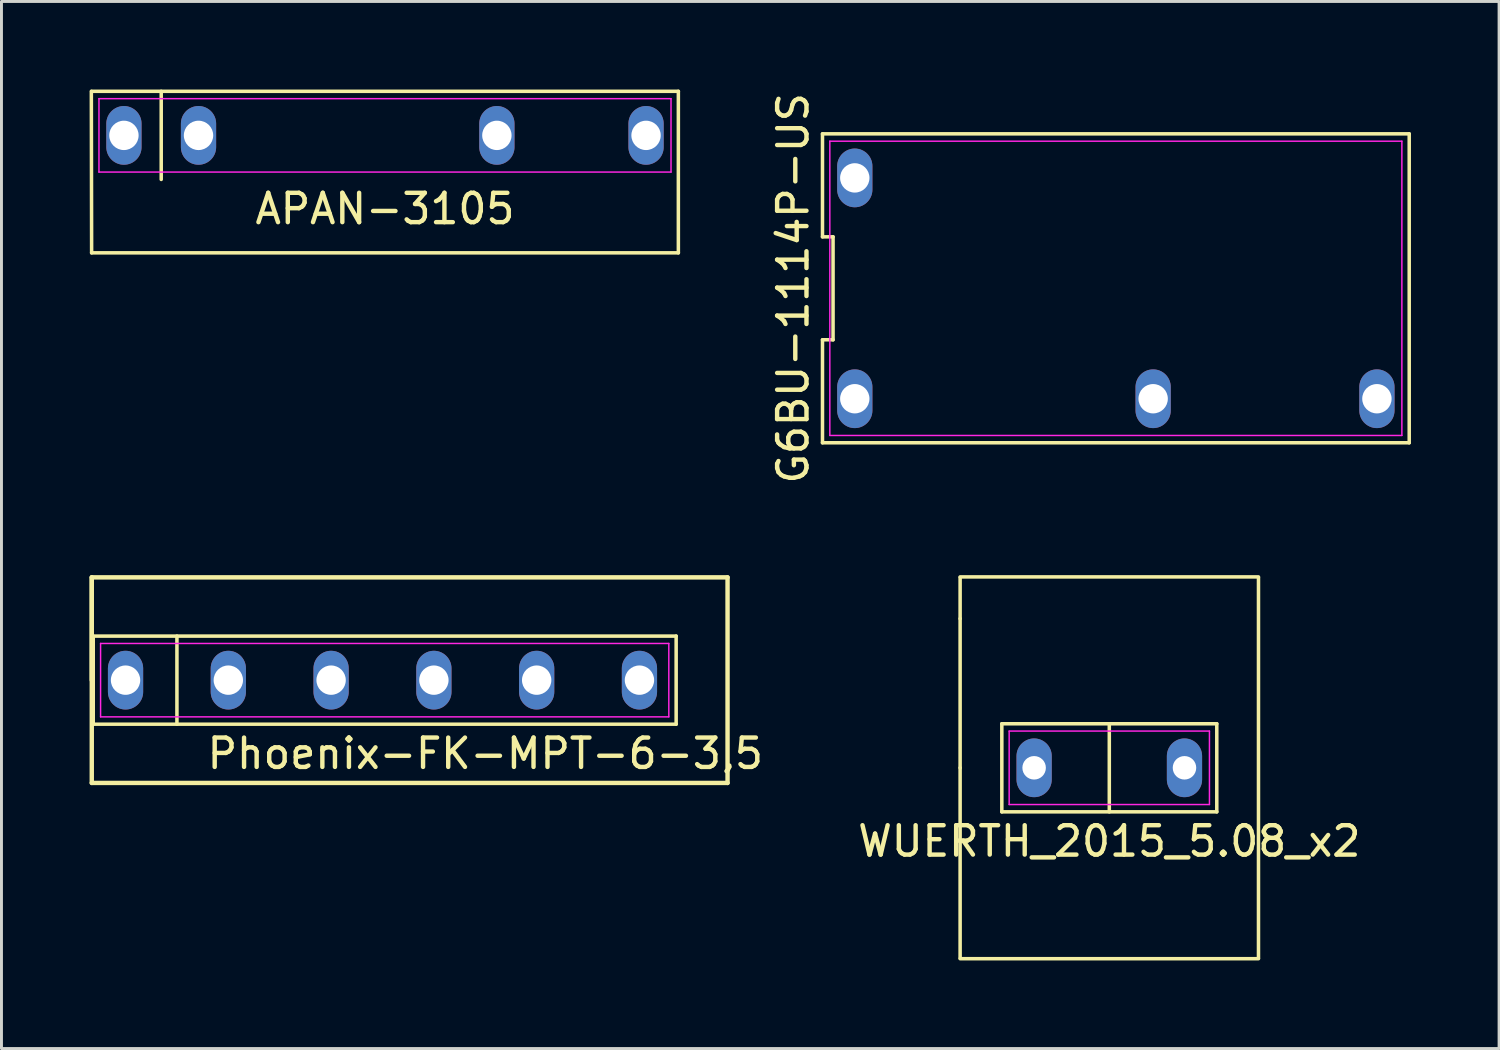
<source format=kicad_pcb>
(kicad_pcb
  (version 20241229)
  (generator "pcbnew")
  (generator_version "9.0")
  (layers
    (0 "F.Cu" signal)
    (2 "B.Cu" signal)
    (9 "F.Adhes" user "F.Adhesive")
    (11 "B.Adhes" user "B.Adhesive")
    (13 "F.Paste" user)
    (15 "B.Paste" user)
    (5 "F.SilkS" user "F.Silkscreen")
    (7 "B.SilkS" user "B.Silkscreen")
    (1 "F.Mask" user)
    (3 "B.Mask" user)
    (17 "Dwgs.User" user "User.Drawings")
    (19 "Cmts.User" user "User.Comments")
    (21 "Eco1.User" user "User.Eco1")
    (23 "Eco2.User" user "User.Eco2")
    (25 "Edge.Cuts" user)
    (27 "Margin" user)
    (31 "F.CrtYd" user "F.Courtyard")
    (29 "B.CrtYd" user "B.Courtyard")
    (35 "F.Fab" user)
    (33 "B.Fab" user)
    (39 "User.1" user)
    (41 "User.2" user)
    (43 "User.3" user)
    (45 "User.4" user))
  (footprint "WUERTH_2015_5.08_x2"
    (layer "F.Cu")
    (at 34.725 23.096)
    (property "Reference" "WUERTH_2015_5.08_x2" (at 0 2.5 0) (layer "F.SilkS") (effects (font (size 1 1) (thickness 0.15))))
    (attr through_hole)
    (fp_line (start -5.08 -6.5) (end 5.08 -6.5) (stroke (width 0.12) (type solid)) (layer "F.SilkS"))
    (fp_line (start -5.08 -5.08) (end -5.08 -6.477) (stroke (width 0.12) (type solid)) (layer "F.SilkS"))
    (fp_line (start -5.08 0) (end -5.08 -5.08) (stroke (width 0.12) (type solid)) (layer "F.SilkS"))
    (fp_line (start -5.08 6.477) (end -5.08 0) (stroke (width 0.12) (type solid)) (layer "F.SilkS"))
    (fp_line (start -5.08 6.5) (end 5.08 6.5) (stroke (width 0.12) (type solid)) (layer "F.SilkS"))
    (fp_line (start -3.66 -1.5) (end 3.66 -1.5) (stroke (width 0.12) (type solid)) (layer "F.SilkS"))
    (fp_line (start -3.66 1.5) (end -3.66 -1.5) (stroke (width 0.12) (type solid)) (layer "F.SilkS"))
    (fp_line (start 0 -1.5) (end 0 1.5) (stroke (width 0.12) (type solid)) (layer "F.SilkS"))
    (fp_line (start 3.66 -1.5) (end 3.66 1.5) (stroke (width 0.12) (type solid)) (layer "F.SilkS"))
    (fp_line (start 3.66 1.5) (end -3.66 1.5) (stroke (width 0.12) (type solid)) (layer "F.SilkS"))
    (fp_line (start 5.08 -6.477) (end 5.08 6.477) (stroke (width 0.12) (type solid)) (layer "F.SilkS"))
    (fp_line (start -3.41 -1.25) (end 3.41 -1.25) (stroke (width 0.05) (type solid)) (layer "F.CrtYd"))
    (fp_line (start -3.41 1.25) (end -3.41 -1.25) (stroke (width 0.05) (type solid)) (layer "F.CrtYd"))
    (fp_line (start 3.41 -1.25) (end 3.41 1.25) (stroke (width 0.05) (type solid)) (layer "F.CrtYd"))
    (fp_line (start 3.41 1.25) (end -3.41 1.25) (stroke (width 0.05) (type solid)) (layer "F.CrtYd"))
    (pad "1" thru_hole oval (at -2.56 0) (size 1.2 2) (drill 0.8) (layers "*.Cu" "*.Mask"))
    (pad "2" thru_hole oval (at 2.56 0) (size 1.2 2) (drill 0.8) (layers "*.Cu" "*.Mask")))
  (footprint "G6BU-1114P-US"
    (layer "F.Cu")
    (at 34.948 6.768)
    (property "Reference" "G6BU-1114P-US" (at -10.99 0 90) (layer "F.SilkS") (effects (font (size 1 1) (thickness 0.15))))
    (attr through_hole)
    (fp_line (start -9.99 -5.26) (end -9.99 -1.753) (stroke (width 0.12) (type solid)) (layer "F.SilkS"))
    (fp_line (start -9.99 -1.753) (end -9.63 -1.753) (stroke (width 0.12) (type solid)) (layer "F.SilkS"))
    (fp_line (start -9.99 1.753) (end -9.99 5.26) (stroke (width 0.12) (type solid)) (layer "F.SilkS"))
    (fp_line (start -9.99 5.26) (end 9.99 5.26) (stroke (width 0.12) (type solid)) (layer "F.SilkS"))
    (fp_line (start -9.63 -1.753) (end -9.63 1.753) (stroke (width 0.12) (type solid)) (layer "F.SilkS"))
    (fp_line (start -9.63 1.753) (end -9.99 1.753) (stroke (width 0.12) (type solid)) (layer "F.SilkS"))
    (fp_line (start 9.99 -5.26) (end -9.99 -5.26) (stroke (width 0.12) (type solid)) (layer "F.SilkS"))
    (fp_line (start 9.99 5.26) (end 9.99 -5.26) (stroke (width 0.12) (type solid)) (layer "F.SilkS"))
    (fp_line (start -9.74 -5.01) (end 9.74 -5.01) (stroke (width 0.05) (type solid)) (layer "F.CrtYd"))
    (fp_line (start -9.74 5.01) (end -9.74 -5.01) (stroke (width 0.05) (type solid)) (layer "F.CrtYd"))
    (fp_line (start 9.74 -5.01) (end 9.74 5.01) (stroke (width 0.05) (type solid)) (layer "F.CrtYd"))
    (fp_line (start 9.74 5.01) (end -9.74 5.01) (stroke (width 0.05) (type solid)) (layer "F.CrtYd"))
    (pad "1" thru_hole oval (at -8.89 3.76) (size 1.2 2) (drill 1) (layers "*.Cu" "*.Mask"))
    (pad "3" thru_hole oval (at 1.27 3.76) (size 1.2 2) (drill 1) (layers "*.Cu" "*.Mask"))
    (pad "4" thru_hole oval (at 8.89 3.76) (size 1.2 2) (drill 1) (layers "*.Cu" "*.Mask"))
    (pad "8" thru_hole oval (at -8.89 -3.76) (size 1.2 2) (drill 1) (layers "*.Cu" "*.Mask")))
  (footprint "Phoenix-FK-MPT-6-3,5"
    (layer "F.Cu")
    (at 13.475 20.111)
    (property "Reference" "Phoenix-FK-MPT-6-3,5" (at 0 2.5 0) (layer "F.SilkS") (effects (font (size 1 1) (thickness 0.15))))
    (attr through_hole)
    (fp_line (start -13.4 -3.5) (end -13.4 3.5) (stroke (width 0.15) (type solid)) (layer "F.SilkS"))
    (fp_line (start -13.4 -3.5) (end 8.25 -3.5) (stroke (width 0.15) (type solid)) (layer "F.SilkS"))
    (fp_line (start -13.4 0) (end -13.4 -3.5) (stroke (width 0.15) (type solid)) (layer "F.SilkS"))
    (fp_line (start -13.35 -1.5) (end 6.5 -1.5) (stroke (width 0.12) (type solid)) (layer "F.SilkS"))
    (fp_line (start -13.35 1.5) (end -13.35 -1.5) (stroke (width 0.12) (type solid)) (layer "F.SilkS"))
    (fp_line (start -10.5 -1.5) (end -10.5 1.5) (stroke (width 0.12) (type solid)) (layer "F.SilkS"))
    (fp_line (start 6.5 -1.5) (end 6.5 1.5) (stroke (width 0.12) (type solid)) (layer "F.SilkS"))
    (fp_line (start 6.5 1.5) (end -13.35 1.5) (stroke (width 0.12) (type solid)) (layer "F.SilkS"))
    (fp_line (start 8.25 -3.5) (end 8.25 3.5) (stroke (width 0.15) (type solid)) (layer "F.SilkS"))
    (fp_line (start 8.25 3.5) (end -13.4 3.5) (stroke (width 0.15) (type solid)) (layer "F.SilkS"))
    (fp_line (start -13.1 -1.25) (end 6.25 -1.25) (stroke (width 0.05) (type solid)) (layer "F.CrtYd"))
    (fp_line (start -13.1 1.25) (end -13.1 -1.25) (stroke (width 0.05) (type solid)) (layer "F.CrtYd"))
    (fp_line (start 6.25 -1.25) (end 6.25 1.25) (stroke (width 0.05) (type solid)) (layer "F.CrtYd"))
    (fp_line (start 6.25 1.25) (end -13.1 1.25) (stroke (width 0.05) (type solid)) (layer "F.CrtYd"))
    (pad "1" thru_hole oval (at -12.25 0) (size 1.2 2) (drill 1) (layers "*.Cu" "*.Mask"))
    (pad "2" thru_hole oval (at -8.75 0) (size 1.2 2) (drill 1) (layers "*.Cu" "*.Mask"))
    (pad "3" thru_hole oval (at -5.25 0) (size 1.2 2) (drill 1) (layers "*.Cu" "*.Mask"))
    (pad "4" thru_hole oval (at -1.75 0) (size 1.2 2) (drill 1) (layers "*.Cu" "*.Mask"))
    (pad "5" thru_hole oval (at 1.75 0) (size 1.2 2) (drill 1) (layers "*.Cu" "*.Mask"))
    (pad "6" thru_hole oval (at 5.25 0) (size 1.2 2) (drill 1) (layers "*.Cu" "*.Mask")))
  (footprint "APAN-3105"
    (layer "F.Cu")
    (at 10.06 1.56)
    (property "Reference" "APAN-3105" (at 0 2.5 0) (layer "F.SilkS") (effects (font (size 1 1) (thickness 0.15))))
    (attr through_hole)
    (fp_line (start -9.99 -1.5) (end 9.99 -1.5) (stroke (width 0.12) (type solid)) (layer "F.SilkS"))
    (fp_line (start -9.99 4) (end -10 -1.5) (stroke (width 0.12) (type solid)) (layer "F.SilkS"))
    (fp_line (start -7.62 -1.5) (end -7.62 1.5) (stroke (width 0.12) (type solid)) (layer "F.SilkS"))
    (fp_line (start 9.99 -1.5) (end 9.99 4) (stroke (width 0.12) (type solid)) (layer "F.SilkS"))
    (fp_line (start 9.99 4) (end -9.99 4) (stroke (width 0.12) (type solid)) (layer "F.SilkS"))
    (fp_line (start -9.74 -1.25) (end 9.74 -1.25) (stroke (width 0.05) (type solid)) (layer "F.CrtYd"))
    (fp_line (start -9.74 1.25) (end -9.74 -1.25) (stroke (width 0.05) (type solid)) (layer "F.CrtYd"))
    (fp_line (start 9.74 -1.25) (end 9.74 1.25) (stroke (width 0.05) (type solid)) (layer "F.CrtYd"))
    (fp_line (start 9.74 1.25) (end -9.74 1.25) (stroke (width 0.05) (type solid)) (layer "F.CrtYd"))
    (pad "11" thru_hole oval (at 8.89 0) (size 1.2 2) (drill 1) (layers "*.Cu" "*.Mask"))
    (pad "14" thru_hole oval (at 3.81 0) (size 1.2 2) (drill 1) (layers "*.Cu" "*.Mask"))
    (pad "A1" thru_hole oval (at -8.89 0) (size 1.2 2) (drill 1) (layers "*.Cu" "*.Mask"))
    (pad "A2" thru_hole oval (at -6.35 0) (size 1.2 2) (drill 1) (layers "*.Cu" "*.Mask")))
  (gr_rect
    (start -3 -3)
    (end 47.998 32.656)
    (stroke (width 0.1) (type default))
    (fill no)
    (layer "Edge.Cuts")))
</source>
